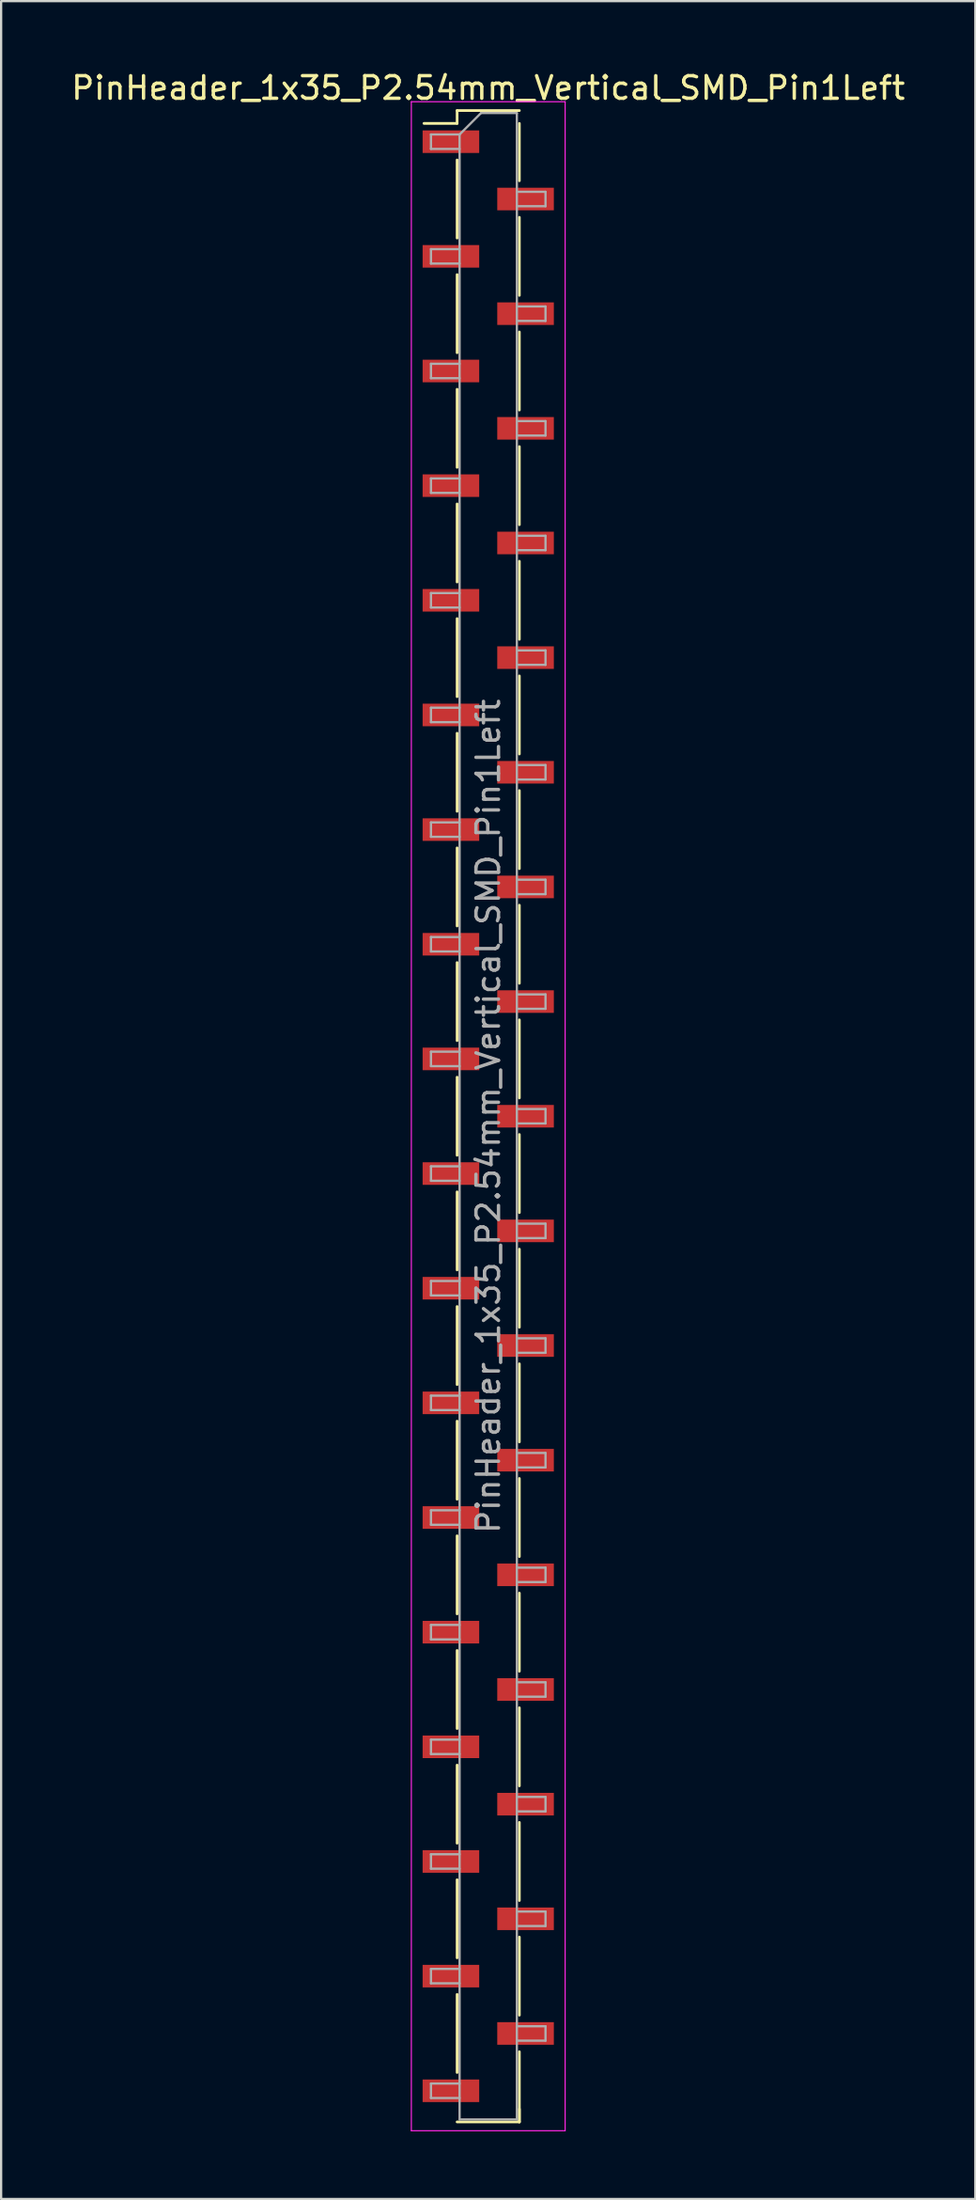
<source format=kicad_pcb>
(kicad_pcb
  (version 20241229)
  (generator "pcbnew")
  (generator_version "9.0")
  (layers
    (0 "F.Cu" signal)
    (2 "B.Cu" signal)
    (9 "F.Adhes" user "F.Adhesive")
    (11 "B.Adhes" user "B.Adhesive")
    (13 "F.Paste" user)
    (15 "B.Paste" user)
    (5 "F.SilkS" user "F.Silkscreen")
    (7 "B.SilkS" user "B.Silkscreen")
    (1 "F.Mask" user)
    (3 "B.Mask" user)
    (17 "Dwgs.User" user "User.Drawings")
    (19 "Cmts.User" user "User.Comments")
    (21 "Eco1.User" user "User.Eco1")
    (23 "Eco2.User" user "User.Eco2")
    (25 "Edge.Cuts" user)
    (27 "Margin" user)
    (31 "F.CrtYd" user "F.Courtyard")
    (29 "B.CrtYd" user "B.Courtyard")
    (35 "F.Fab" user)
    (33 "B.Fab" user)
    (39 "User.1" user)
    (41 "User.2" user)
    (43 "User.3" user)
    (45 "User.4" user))
  (footprint "PinHeader_1x35_P2.54mm_Vertical_SMD_Pin1Left"
    (layer "F.Cu")
    (at 18.601 46.408)
    (property "Reference" "PinHeader_1x35_P2.54mm_Vertical_SMD_Pin1Left" (at 0 -45.56 0) (layer "F.SilkS") (effects (font (size 1 1) (thickness 0.15))))
    (attr smd)
    (fp_line (start -1.38 -44.56) (end -1.38 -43.99) (stroke (width 0.12) (type solid)) (layer "F.SilkS"))
    (fp_line (start -1.38 -44.56) (end 1.38 -44.56) (stroke (width 0.12) (type solid)) (layer "F.SilkS"))
    (fp_line (start -1.38 -43.99) (end -2.85 -43.99) (stroke (width 0.12) (type solid)) (layer "F.SilkS"))
    (fp_line (start -1.38 -42.37) (end -1.38 -38.91) (stroke (width 0.12) (type solid)) (layer "F.SilkS"))
    (fp_line (start -1.38 -37.29) (end -1.38 -33.83) (stroke (width 0.12) (type solid)) (layer "F.SilkS"))
    (fp_line (start -1.38 -32.21) (end -1.38 -28.75) (stroke (width 0.12) (type solid)) (layer "F.SilkS"))
    (fp_line (start -1.38 -27.13) (end -1.38 -23.67) (stroke (width 0.12) (type solid)) (layer "F.SilkS"))
    (fp_line (start -1.38 -22.05) (end -1.38 -18.59) (stroke (width 0.12) (type solid)) (layer "F.SilkS"))
    (fp_line (start -1.38 -16.97) (end -1.38 -13.51) (stroke (width 0.12) (type solid)) (layer "F.SilkS"))
    (fp_line (start -1.38 -11.89) (end -1.38 -8.43) (stroke (width 0.12) (type solid)) (layer "F.SilkS"))
    (fp_line (start -1.38 -6.81) (end -1.38 -3.35) (stroke (width 0.12) (type solid)) (layer "F.SilkS"))
    (fp_line (start -1.38 -1.73) (end -1.38 1.73) (stroke (width 0.12) (type solid)) (layer "F.SilkS"))
    (fp_line (start -1.38 3.35) (end -1.38 6.81) (stroke (width 0.12) (type solid)) (layer "F.SilkS"))
    (fp_line (start -1.38 8.43) (end -1.38 11.89) (stroke (width 0.12) (type solid)) (layer "F.SilkS"))
    (fp_line (start -1.38 13.51) (end -1.38 16.97) (stroke (width 0.12) (type solid)) (layer "F.SilkS"))
    (fp_line (start -1.38 18.59) (end -1.38 22.05) (stroke (width 0.12) (type solid)) (layer "F.SilkS"))
    (fp_line (start -1.38 23.67) (end -1.38 27.13) (stroke (width 0.12) (type solid)) (layer "F.SilkS"))
    (fp_line (start -1.38 28.75) (end -1.38 32.21) (stroke (width 0.12) (type solid)) (layer "F.SilkS"))
    (fp_line (start -1.38 33.83) (end -1.38 37.29) (stroke (width 0.12) (type solid)) (layer "F.SilkS"))
    (fp_line (start -1.38 38.91) (end -1.38 42.37) (stroke (width 0.12) (type solid)) (layer "F.SilkS"))
    (fp_line (start -1.38 44.56) (end 1.38 44.56) (stroke (width 0.12) (type solid)) (layer "F.SilkS"))
    (fp_line (start 1.38 -43.99) (end 1.38 -41.45) (stroke (width 0.12) (type solid)) (layer "F.SilkS"))
    (fp_line (start 1.38 -39.83) (end 1.38 -36.37) (stroke (width 0.12) (type solid)) (layer "F.SilkS"))
    (fp_line (start 1.38 -34.75) (end 1.38 -31.29) (stroke (width 0.12) (type solid)) (layer "F.SilkS"))
    (fp_line (start 1.38 -29.67) (end 1.38 -26.21) (stroke (width 0.12) (type solid)) (layer "F.SilkS"))
    (fp_line (start 1.38 -24.59) (end 1.38 -21.13) (stroke (width 0.12) (type solid)) (layer "F.SilkS"))
    (fp_line (start 1.38 -19.51) (end 1.38 -16.05) (stroke (width 0.12) (type solid)) (layer "F.SilkS"))
    (fp_line (start 1.38 -14.43) (end 1.38 -10.97) (stroke (width 0.12) (type solid)) (layer "F.SilkS"))
    (fp_line (start 1.38 -9.35) (end 1.38 -5.89) (stroke (width 0.12) (type solid)) (layer "F.SilkS"))
    (fp_line (start 1.38 -4.27) (end 1.38 -0.81) (stroke (width 0.12) (type solid)) (layer "F.SilkS"))
    (fp_line (start 1.38 0.81) (end 1.38 4.27) (stroke (width 0.12) (type solid)) (layer "F.SilkS"))
    (fp_line (start 1.38 5.89) (end 1.38 9.35) (stroke (width 0.12) (type solid)) (layer "F.SilkS"))
    (fp_line (start 1.38 10.97) (end 1.38 14.43) (stroke (width 0.12) (type solid)) (layer "F.SilkS"))
    (fp_line (start 1.38 16.05) (end 1.38 19.51) (stroke (width 0.12) (type solid)) (layer "F.SilkS"))
    (fp_line (start 1.38 21.13) (end 1.38 24.59) (stroke (width 0.12) (type solid)) (layer "F.SilkS"))
    (fp_line (start 1.38 26.21) (end 1.38 29.67) (stroke (width 0.12) (type solid)) (layer "F.SilkS"))
    (fp_line (start 1.38 31.29) (end 1.38 34.75) (stroke (width 0.12) (type solid)) (layer "F.SilkS"))
    (fp_line (start 1.38 36.37) (end 1.38 39.83) (stroke (width 0.12) (type solid)) (layer "F.SilkS"))
    (fp_line (start 1.38 41.45) (end 1.38 44.56) (stroke (width 0.12) (type solid)) (layer "F.SilkS"))
    (fp_line (start 1.38 43.99) (end 1.38 44.56) (stroke (width 0.12) (type solid)) (layer "F.SilkS"))
    (fp_line (start -3.41 -44.95) (end -3.41 44.95) (stroke (width 0.05) (type solid)) (layer "F.CrtYd"))
    (fp_line (start -3.41 44.95) (end 3.41 44.95) (stroke (width 0.05) (type solid)) (layer "F.CrtYd"))
    (fp_line (start 3.41 -44.95) (end -3.41 -44.95) (stroke (width 0.05) (type solid)) (layer "F.CrtYd"))
    (fp_line (start 3.41 44.95) (end 3.41 -44.95) (stroke (width 0.05) (type solid)) (layer "F.CrtYd"))
    (fp_line (start -2.54 -43.5) (end -2.54 -42.86) (stroke (width 0.1) (type solid)) (layer "F.Fab"))
    (fp_line (start -2.54 -42.86) (end -1.27 -42.86) (stroke (width 0.1) (type solid)) (layer "F.Fab"))
    (fp_line (start -2.54 -38.42) (end -2.54 -37.78) (stroke (width 0.1) (type solid)) (layer "F.Fab"))
    (fp_line (start -2.54 -37.78) (end -1.27 -37.78) (stroke (width 0.1) (type solid)) (layer "F.Fab"))
    (fp_line (start -2.54 -33.34) (end -2.54 -32.7) (stroke (width 0.1) (type solid)) (layer "F.Fab"))
    (fp_line (start -2.54 -32.7) (end -1.27 -32.7) (stroke (width 0.1) (type solid)) (layer "F.Fab"))
    (fp_line (start -2.54 -28.26) (end -2.54 -27.62) (stroke (width 0.1) (type solid)) (layer "F.Fab"))
    (fp_line (start -2.54 -27.62) (end -1.27 -27.62) (stroke (width 0.1) (type solid)) (layer "F.Fab"))
    (fp_line (start -2.54 -23.18) (end -2.54 -22.54) (stroke (width 0.1) (type solid)) (layer "F.Fab"))
    (fp_line (start -2.54 -22.54) (end -1.27 -22.54) (stroke (width 0.1) (type solid)) (layer "F.Fab"))
    (fp_line (start -2.54 -18.1) (end -2.54 -17.46) (stroke (width 0.1) (type solid)) (layer "F.Fab"))
    (fp_line (start -2.54 -17.46) (end -1.27 -17.46) (stroke (width 0.1) (type solid)) (layer "F.Fab"))
    (fp_line (start -2.54 -13.02) (end -2.54 -12.38) (stroke (width 0.1) (type solid)) (layer "F.Fab"))
    (fp_line (start -2.54 -12.38) (end -1.27 -12.38) (stroke (width 0.1) (type solid)) (layer "F.Fab"))
    (fp_line (start -2.54 -7.94) (end -2.54 -7.3) (stroke (width 0.1) (type solid)) (layer "F.Fab"))
    (fp_line (start -2.54 -7.3) (end -1.27 -7.3) (stroke (width 0.1) (type solid)) (layer "F.Fab"))
    (fp_line (start -2.54 -2.86) (end -2.54 -2.22) (stroke (width 0.1) (type solid)) (layer "F.Fab"))
    (fp_line (start -2.54 -2.22) (end -1.27 -2.22) (stroke (width 0.1) (type solid)) (layer "F.Fab"))
    (fp_line (start -2.54 2.22) (end -2.54 2.86) (stroke (width 0.1) (type solid)) (layer "F.Fab"))
    (fp_line (start -2.54 2.86) (end -1.27 2.86) (stroke (width 0.1) (type solid)) (layer "F.Fab"))
    (fp_line (start -2.54 7.3) (end -2.54 7.94) (stroke (width 0.1) (type solid)) (layer "F.Fab"))
    (fp_line (start -2.54 7.94) (end -1.27 7.94) (stroke (width 0.1) (type solid)) (layer "F.Fab"))
    (fp_line (start -2.54 12.38) (end -2.54 13.02) (stroke (width 0.1) (type solid)) (layer "F.Fab"))
    (fp_line (start -2.54 13.02) (end -1.27 13.02) (stroke (width 0.1) (type solid)) (layer "F.Fab"))
    (fp_line (start -2.54 17.46) (end -2.54 18.1) (stroke (width 0.1) (type solid)) (layer "F.Fab"))
    (fp_line (start -2.54 18.1) (end -1.27 18.1) (stroke (width 0.1) (type solid)) (layer "F.Fab"))
    (fp_line (start -2.54 22.54) (end -2.54 23.18) (stroke (width 0.1) (type solid)) (layer "F.Fab"))
    (fp_line (start -2.54 23.18) (end -1.27 23.18) (stroke (width 0.1) (type solid)) (layer "F.Fab"))
    (fp_line (start -2.54 27.62) (end -2.54 28.26) (stroke (width 0.1) (type solid)) (layer "F.Fab"))
    (fp_line (start -2.54 28.26) (end -1.27 28.26) (stroke (width 0.1) (type solid)) (layer "F.Fab"))
    (fp_line (start -2.54 32.7) (end -2.54 33.34) (stroke (width 0.1) (type solid)) (layer "F.Fab"))
    (fp_line (start -2.54 33.34) (end -1.27 33.34) (stroke (width 0.1) (type solid)) (layer "F.Fab"))
    (fp_line (start -2.54 37.78) (end -2.54 38.42) (stroke (width 0.1) (type solid)) (layer "F.Fab"))
    (fp_line (start -2.54 38.42) (end -1.27 38.42) (stroke (width 0.1) (type solid)) (layer "F.Fab"))
    (fp_line (start -2.54 42.86) (end -2.54 43.5) (stroke (width 0.1) (type solid)) (layer "F.Fab"))
    (fp_line (start -2.54 43.5) (end -1.27 43.5) (stroke (width 0.1) (type solid)) (layer "F.Fab"))
    (fp_line (start -1.27 -43.5) (end -2.54 -43.5) (stroke (width 0.1) (type solid)) (layer "F.Fab"))
    (fp_line (start -1.27 -43.5) (end -0.32 -44.45) (stroke (width 0.1) (type solid)) (layer "F.Fab"))
    (fp_line (start -1.27 -38.42) (end -2.54 -38.42) (stroke (width 0.1) (type solid)) (layer "F.Fab"))
    (fp_line (start -1.27 -33.34) (end -2.54 -33.34) (stroke (width 0.1) (type solid)) (layer "F.Fab"))
    (fp_line (start -1.27 -28.26) (end -2.54 -28.26) (stroke (width 0.1) (type solid)) (layer "F.Fab"))
    (fp_line (start -1.27 -23.18) (end -2.54 -23.18) (stroke (width 0.1) (type solid)) (layer "F.Fab"))
    (fp_line (start -1.27 -18.1) (end -2.54 -18.1) (stroke (width 0.1) (type solid)) (layer "F.Fab"))
    (fp_line (start -1.27 -13.02) (end -2.54 -13.02) (stroke (width 0.1) (type solid)) (layer "F.Fab"))
    (fp_line (start -1.27 -7.94) (end -2.54 -7.94) (stroke (width 0.1) (type solid)) (layer "F.Fab"))
    (fp_line (start -1.27 -2.86) (end -2.54 -2.86) (stroke (width 0.1) (type solid)) (layer "F.Fab"))
    (fp_line (start -1.27 2.22) (end -2.54 2.22) (stroke (width 0.1) (type solid)) (layer "F.Fab"))
    (fp_line (start -1.27 7.3) (end -2.54 7.3) (stroke (width 0.1) (type solid)) (layer "F.Fab"))
    (fp_line (start -1.27 12.38) (end -2.54 12.38) (stroke (width 0.1) (type solid)) (layer "F.Fab"))
    (fp_line (start -1.27 17.46) (end -2.54 17.46) (stroke (width 0.1) (type solid)) (layer "F.Fab"))
    (fp_line (start -1.27 22.54) (end -2.54 22.54) (stroke (width 0.1) (type solid)) (layer "F.Fab"))
    (fp_line (start -1.27 27.62) (end -2.54 27.62) (stroke (width 0.1) (type solid)) (layer "F.Fab"))
    (fp_line (start -1.27 32.7) (end -2.54 32.7) (stroke (width 0.1) (type solid)) (layer "F.Fab"))
    (fp_line (start -1.27 37.78) (end -2.54 37.78) (stroke (width 0.1) (type solid)) (layer "F.Fab"))
    (fp_line (start -1.27 42.86) (end -2.54 42.86) (stroke (width 0.1) (type solid)) (layer "F.Fab"))
    (fp_line (start -1.27 44.45) (end -1.27 -43.5) (stroke (width 0.1) (type solid)) (layer "F.Fab"))
    (fp_line (start -0.32 -44.45) (end 1.27 -44.45) (stroke (width 0.1) (type solid)) (layer "F.Fab"))
    (fp_line (start 1.27 -44.45) (end 1.27 44.45) (stroke (width 0.1) (type solid)) (layer "F.Fab"))
    (fp_line (start 1.27 -40.96) (end 2.54 -40.96) (stroke (width 0.1) (type solid)) (layer "F.Fab"))
    (fp_line (start 1.27 -35.88) (end 2.54 -35.88) (stroke (width 0.1) (type solid)) (layer "F.Fab"))
    (fp_line (start 1.27 -30.8) (end 2.54 -30.8) (stroke (width 0.1) (type solid)) (layer "F.Fab"))
    (fp_line (start 1.27 -25.72) (end 2.54 -25.72) (stroke (width 0.1) (type solid)) (layer "F.Fab"))
    (fp_line (start 1.27 -20.64) (end 2.54 -20.64) (stroke (width 0.1) (type solid)) (layer "F.Fab"))
    (fp_line (start 1.27 -15.56) (end 2.54 -15.56) (stroke (width 0.1) (type solid)) (layer "F.Fab"))
    (fp_line (start 1.27 -10.48) (end 2.54 -10.48) (stroke (width 0.1) (type solid)) (layer "F.Fab"))
    (fp_line (start 1.27 -5.4) (end 2.54 -5.4) (stroke (width 0.1) (type solid)) (layer "F.Fab"))
    (fp_line (start 1.27 -0.32) (end 2.54 -0.32) (stroke (width 0.1) (type solid)) (layer "F.Fab"))
    (fp_line (start 1.27 4.76) (end 2.54 4.76) (stroke (width 0.1) (type solid)) (layer "F.Fab"))
    (fp_line (start 1.27 9.84) (end 2.54 9.84) (stroke (width 0.1) (type solid)) (layer "F.Fab"))
    (fp_line (start 1.27 14.92) (end 2.54 14.92) (stroke (width 0.1) (type solid)) (layer "F.Fab"))
    (fp_line (start 1.27 20) (end 2.54 20) (stroke (width 0.1) (type solid)) (layer "F.Fab"))
    (fp_line (start 1.27 25.08) (end 2.54 25.08) (stroke (width 0.1) (type solid)) (layer "F.Fab"))
    (fp_line (start 1.27 30.16) (end 2.54 30.16) (stroke (width 0.1) (type solid)) (layer "F.Fab"))
    (fp_line (start 1.27 35.24) (end 2.54 35.24) (stroke (width 0.1) (type solid)) (layer "F.Fab"))
    (fp_line (start 1.27 40.32) (end 2.54 40.32) (stroke (width 0.1) (type solid)) (layer "F.Fab"))
    (fp_line (start 1.27 44.45) (end -1.27 44.45) (stroke (width 0.1) (type solid)) (layer "F.Fab"))
    (fp_line (start 2.54 -40.96) (end 2.54 -40.32) (stroke (width 0.1) (type solid)) (layer "F.Fab"))
    (fp_line (start 2.54 -40.32) (end 1.27 -40.32) (stroke (width 0.1) (type solid)) (layer "F.Fab"))
    (fp_line (start 2.54 -35.88) (end 2.54 -35.24) (stroke (width 0.1) (type solid)) (layer "F.Fab"))
    (fp_line (start 2.54 -35.24) (end 1.27 -35.24) (stroke (width 0.1) (type solid)) (layer "F.Fab"))
    (fp_line (start 2.54 -30.8) (end 2.54 -30.16) (stroke (width 0.1) (type solid)) (layer "F.Fab"))
    (fp_line (start 2.54 -30.16) (end 1.27 -30.16) (stroke (width 0.1) (type solid)) (layer "F.Fab"))
    (fp_line (start 2.54 -25.72) (end 2.54 -25.08) (stroke (width 0.1) (type solid)) (layer "F.Fab"))
    (fp_line (start 2.54 -25.08) (end 1.27 -25.08) (stroke (width 0.1) (type solid)) (layer "F.Fab"))
    (fp_line (start 2.54 -20.64) (end 2.54 -20) (stroke (width 0.1) (type solid)) (layer "F.Fab"))
    (fp_line (start 2.54 -20) (end 1.27 -20) (stroke (width 0.1) (type solid)) (layer "F.Fab"))
    (fp_line (start 2.54 -15.56) (end 2.54 -14.92) (stroke (width 0.1) (type solid)) (layer "F.Fab"))
    (fp_line (start 2.54 -14.92) (end 1.27 -14.92) (stroke (width 0.1) (type solid)) (layer "F.Fab"))
    (fp_line (start 2.54 -10.48) (end 2.54 -9.84) (stroke (width 0.1) (type solid)) (layer "F.Fab"))
    (fp_line (start 2.54 -9.84) (end 1.27 -9.84) (stroke (width 0.1) (type solid)) (layer "F.Fab"))
    (fp_line (start 2.54 -5.4) (end 2.54 -4.76) (stroke (width 0.1) (type solid)) (layer "F.Fab"))
    (fp_line (start 2.54 -4.76) (end 1.27 -4.76) (stroke (width 0.1) (type solid)) (layer "F.Fab"))
    (fp_line (start 2.54 -0.32) (end 2.54 0.32) (stroke (width 0.1) (type solid)) (layer "F.Fab"))
    (fp_line (start 2.54 0.32) (end 1.27 0.32) (stroke (width 0.1) (type solid)) (layer "F.Fab"))
    (fp_line (start 2.54 4.76) (end 2.54 5.4) (stroke (width 0.1) (type solid)) (layer "F.Fab"))
    (fp_line (start 2.54 5.4) (end 1.27 5.4) (stroke (width 0.1) (type solid)) (layer "F.Fab"))
    (fp_line (start 2.54 9.84) (end 2.54 10.48) (stroke (width 0.1) (type solid)) (layer "F.Fab"))
    (fp_line (start 2.54 10.48) (end 1.27 10.48) (stroke (width 0.1) (type solid)) (layer "F.Fab"))
    (fp_line (start 2.54 14.92) (end 2.54 15.56) (stroke (width 0.1) (type solid)) (layer "F.Fab"))
    (fp_line (start 2.54 15.56) (end 1.27 15.56) (stroke (width 0.1) (type solid)) (layer "F.Fab"))
    (fp_line (start 2.54 20) (end 2.54 20.64) (stroke (width 0.1) (type solid)) (layer "F.Fab"))
    (fp_line (start 2.54 20.64) (end 1.27 20.64) (stroke (width 0.1) (type solid)) (layer "F.Fab"))
    (fp_line (start 2.54 25.08) (end 2.54 25.72) (stroke (width 0.1) (type solid)) (layer "F.Fab"))
    (fp_line (start 2.54 25.72) (end 1.27 25.72) (stroke (width 0.1) (type solid)) (layer "F.Fab"))
    (fp_line (start 2.54 30.16) (end 2.54 30.8) (stroke (width 0.1) (type solid)) (layer "F.Fab"))
    (fp_line (start 2.54 30.8) (end 1.27 30.8) (stroke (width 0.1) (type solid)) (layer "F.Fab"))
    (fp_line (start 2.54 35.24) (end 2.54 35.88) (stroke (width 0.1) (type solid)) (layer "F.Fab"))
    (fp_line (start 2.54 35.88) (end 1.27 35.88) (stroke (width 0.1) (type solid)) (layer "F.Fab"))
    (fp_line (start 2.54 40.32) (end 2.54 40.96) (stroke (width 0.1) (type solid)) (layer "F.Fab"))
    (fp_line (start 2.54 40.96) (end 1.27 40.96) (stroke (width 0.1) (type solid)) (layer "F.Fab"))
    (fp_text user "${REFERENCE}" (at 0 0 90) (layer "F.Fab") (effects (font (size 1 1) (thickness 0.15))))
    (pad "1" smd rect (at -1.655 -43.18) (size 2.51 1) (layers "F.Cu" "F.Mask" "F.Paste"))
    (pad "2" smd rect (at 1.655 -40.64) (size 2.51 1) (layers "F.Cu" "F.Mask" "F.Paste"))
    (pad "3" smd rect (at -1.655 -38.1) (size 2.51 1) (layers "F.Cu" "F.Mask" "F.Paste"))
    (pad "4" smd rect (at 1.655 -35.56) (size 2.51 1) (layers "F.Cu" "F.Mask" "F.Paste"))
    (pad "5" smd rect (at -1.655 -33.02) (size 2.51 1) (layers "F.Cu" "F.Mask" "F.Paste"))
    (pad "6" smd rect (at 1.655 -30.48) (size 2.51 1) (layers "F.Cu" "F.Mask" "F.Paste"))
    (pad "7" smd rect (at -1.655 -27.94) (size 2.51 1) (layers "F.Cu" "F.Mask" "F.Paste"))
    (pad "8" smd rect (at 1.655 -25.4) (size 2.51 1) (layers "F.Cu" "F.Mask" "F.Paste"))
    (pad "9" smd rect (at -1.655 -22.86) (size 2.51 1) (layers "F.Cu" "F.Mask" "F.Paste"))
    (pad "10" smd rect (at 1.655 -20.32) (size 2.51 1) (layers "F.Cu" "F.Mask" "F.Paste"))
    (pad "11" smd rect (at -1.655 -17.78) (size 2.51 1) (layers "F.Cu" "F.Mask" "F.Paste"))
    (pad "12" smd rect (at 1.655 -15.24) (size 2.51 1) (layers "F.Cu" "F.Mask" "F.Paste"))
    (pad "13" smd rect (at -1.655 -12.7) (size 2.51 1) (layers "F.Cu" "F.Mask" "F.Paste"))
    (pad "14" smd rect (at 1.655 -10.16) (size 2.51 1) (layers "F.Cu" "F.Mask" "F.Paste"))
    (pad "15" smd rect (at -1.655 -7.62) (size 2.51 1) (layers "F.Cu" "F.Mask" "F.Paste"))
    (pad "16" smd rect (at 1.655 -5.08) (size 2.51 1) (layers "F.Cu" "F.Mask" "F.Paste"))
    (pad "17" smd rect (at -1.655 -2.54) (size 2.51 1) (layers "F.Cu" "F.Mask" "F.Paste"))
    (pad "18" smd rect (at 1.655 0) (size 2.51 1) (layers "F.Cu" "F.Mask" "F.Paste"))
    (pad "19" smd rect (at -1.655 2.54) (size 2.51 1) (layers "F.Cu" "F.Mask" "F.Paste"))
    (pad "20" smd rect (at 1.655 5.08) (size 2.51 1) (layers "F.Cu" "F.Mask" "F.Paste"))
    (pad "21" smd rect (at -1.655 7.62) (size 2.51 1) (layers "F.Cu" "F.Mask" "F.Paste"))
    (pad "22" smd rect (at 1.655 10.16) (size 2.51 1) (layers "F.Cu" "F.Mask" "F.Paste"))
    (pad "23" smd rect (at -1.655 12.7) (size 2.51 1) (layers "F.Cu" "F.Mask" "F.Paste"))
    (pad "24" smd rect (at 1.655 15.24) (size 2.51 1) (layers "F.Cu" "F.Mask" "F.Paste"))
    (pad "25" smd rect (at -1.655 17.78) (size 2.51 1) (layers "F.Cu" "F.Mask" "F.Paste"))
    (pad "26" smd rect (at 1.655 20.32) (size 2.51 1) (layers "F.Cu" "F.Mask" "F.Paste"))
    (pad "27" smd rect (at -1.655 22.86) (size 2.51 1) (layers "F.Cu" "F.Mask" "F.Paste"))
    (pad "28" smd rect (at 1.655 25.4) (size 2.51 1) (layers "F.Cu" "F.Mask" "F.Paste"))
    (pad "29" smd rect (at -1.655 27.94) (size 2.51 1) (layers "F.Cu" "F.Mask" "F.Paste"))
    (pad "30" smd rect (at 1.655 30.48) (size 2.51 1) (layers "F.Cu" "F.Mask" "F.Paste"))
    (pad "31" smd rect (at -1.655 33.02) (size 2.51 1) (layers "F.Cu" "F.Mask" "F.Paste"))
    (pad "32" smd rect (at 1.655 35.56) (size 2.51 1) (layers "F.Cu" "F.Mask" "F.Paste"))
    (pad "33" smd rect (at -1.655 38.1) (size 2.51 1) (layers "F.Cu" "F.Mask" "F.Paste"))
    (pad "34" smd rect (at 1.655 40.64) (size 2.51 1) (layers "F.Cu" "F.Mask" "F.Paste"))
    (pad "35" smd rect (at -1.655 43.18) (size 2.51 1) (layers "F.Cu" "F.Mask" "F.Paste")))
  (gr_rect
    (start -3 -3)
    (end 40.202 94.383)
    (stroke (width 0.1) (type default))
    (fill no)
    (layer "Edge.Cuts")))
</source>
